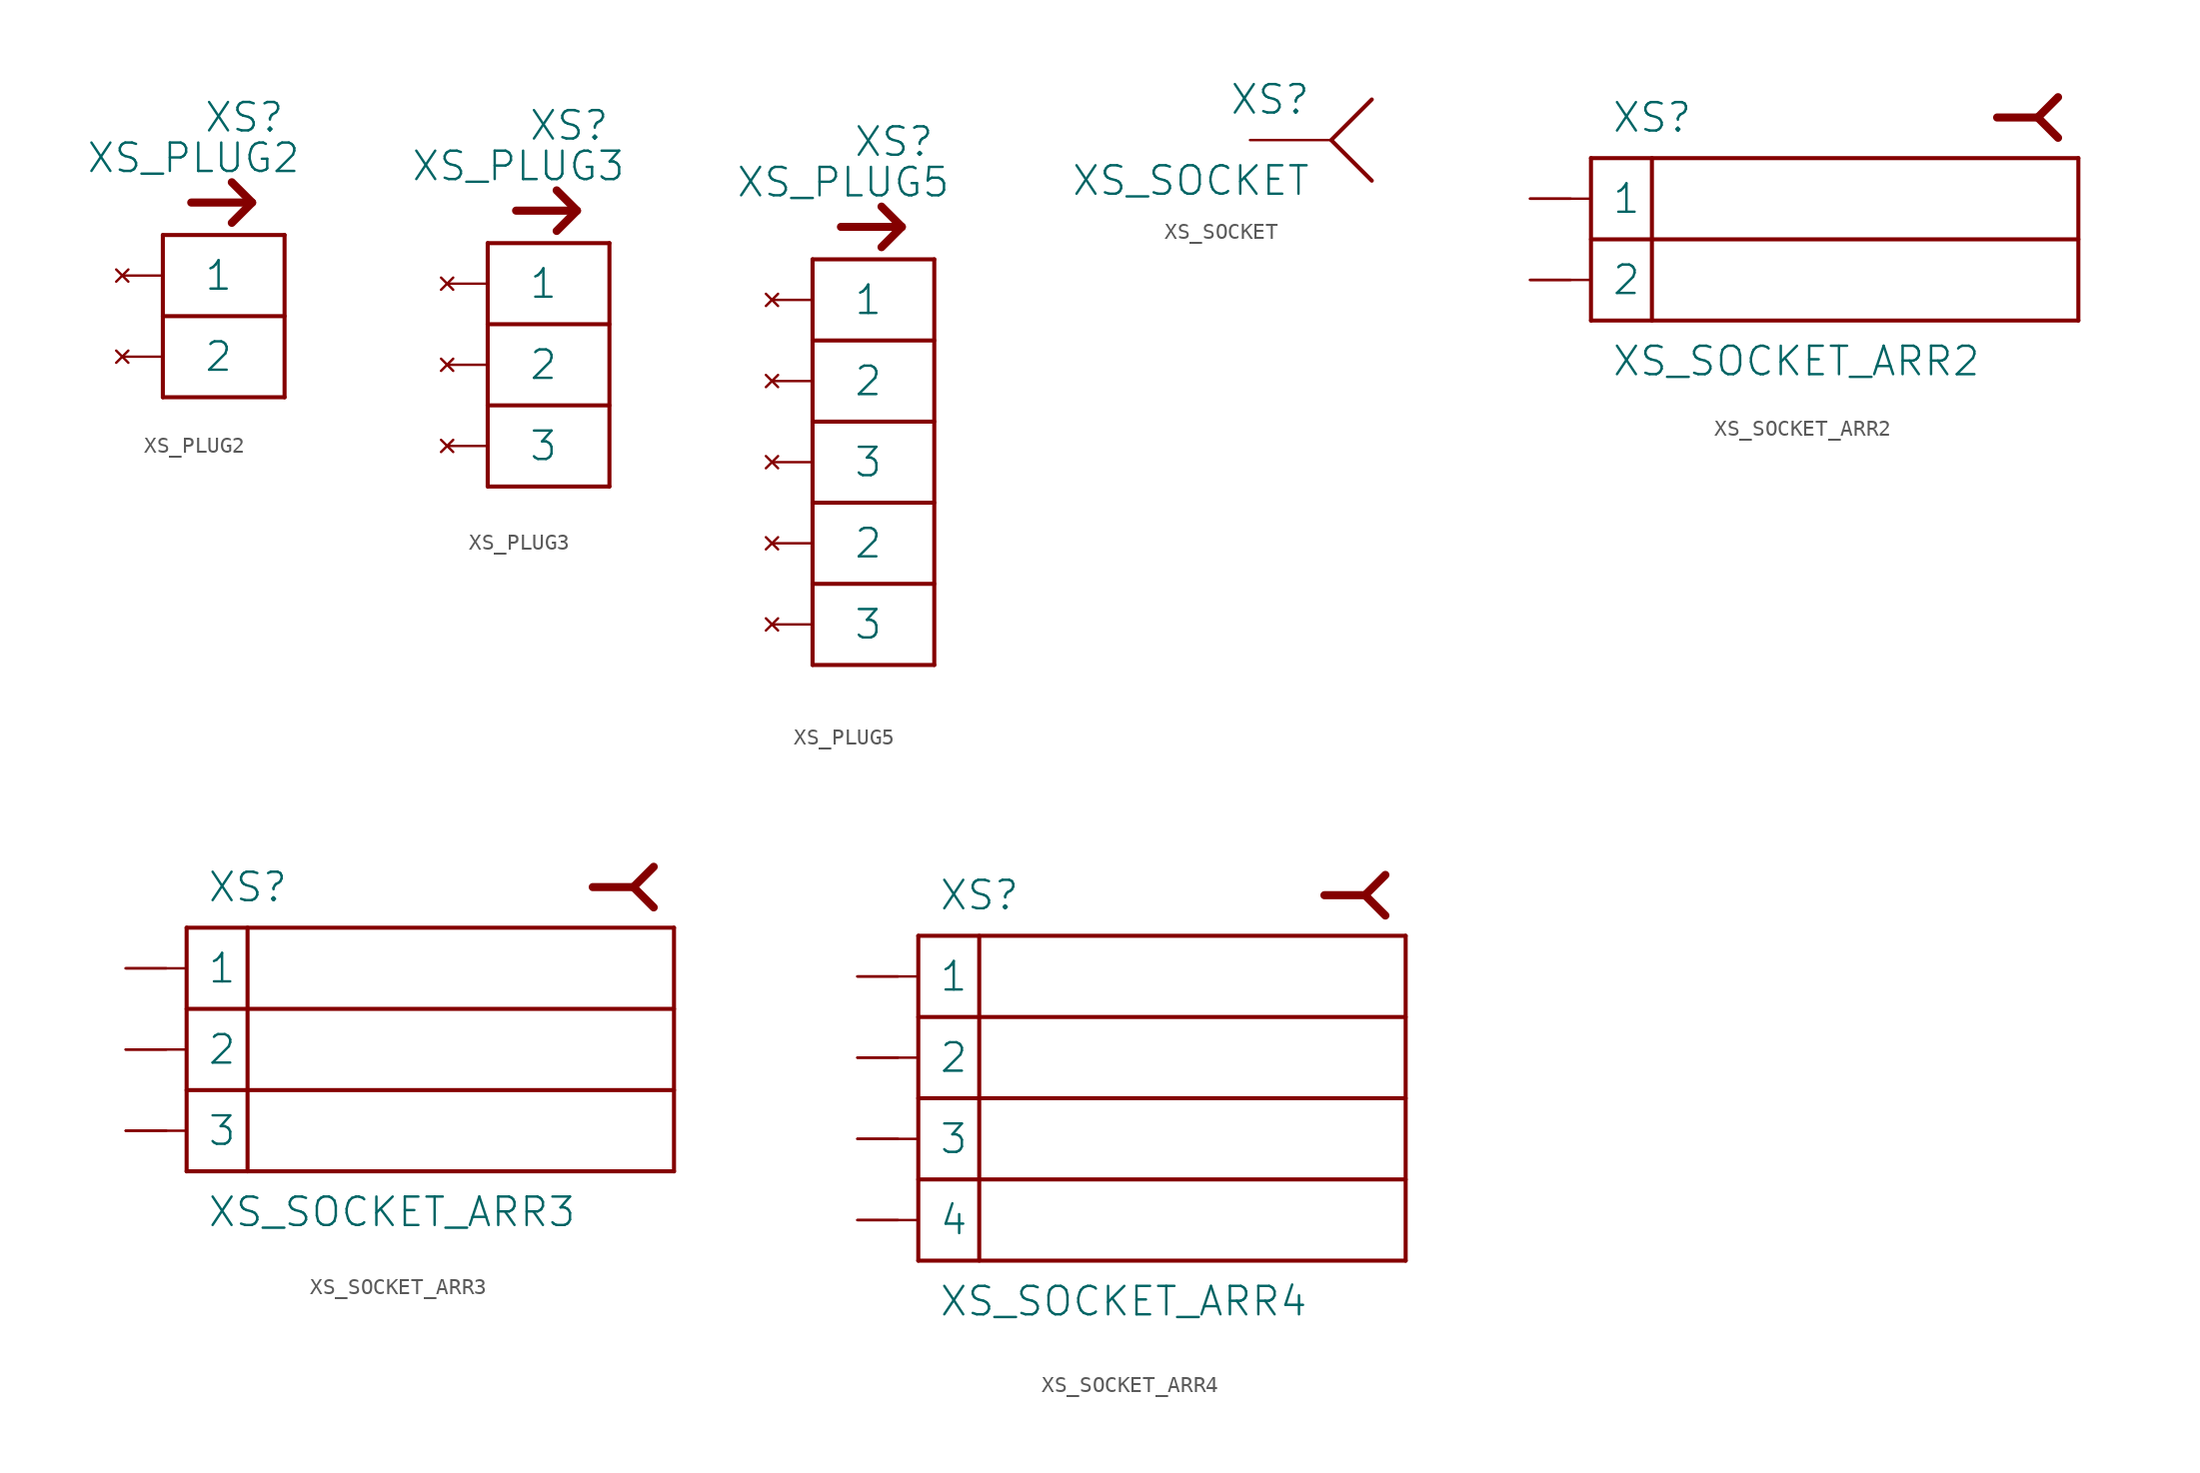
<source format=kicad_sym>
(kicad_symbol_lib
  (version 20211014)
  (generator kicad_symbol_editor)
  (symbol "XS_PLUG2"
    (pin_numbers hide)
    (pin_names
      (offset 2.54))
    (property "Reference" "XS"
      (at -2.54 12.446 0)
      (effects (font (size 1.778 1.778)) (justify left)))
    (property "Value" "XS_PLUG2"
      (at -9.906 9.906 0)
      (effects (font (size 1.778 1.778)) (justify left)))
    (symbol "XS_PLUG2_0_0"
      (polyline (pts (xy -0.762 8.382) (xy 0.508 7.112) (xy -0.762 5.842)) (stroke (width 0.508) (type default) (color 0 0 0 0)) (fill (type none))))
    (symbol "XS_PLUG2_0_1"
      (polyline (pts (xy -5.08 5.08) (xy -5.08 -5.08)) (stroke (width 0.254) (type default) (color 0 0 0 0)) (fill (type none)))
      (polyline (pts (xy -5.08 5.08) (xy 2.54 5.08)) (stroke (width 0.254) (type default) (color 0 0 0 0)) (fill (type none)))
      (polyline (pts (xy 0.508 7.112) (xy -3.302 7.112)) (stroke (width 0.508) (type default) (color 0 0 0 0)) (fill (type none)))
      (polyline (pts (xy 2.54 -5.08) (xy -5.08 -5.08)) (stroke (width 0.254) (type default) (color 0 0 0 0)) (fill (type none)))
      (polyline (pts (xy 2.54 0) (xy -5.08 0)) (stroke (width 0.254) (type default) (color 0 0 0 0)) (fill (type none)))
      (polyline (pts (xy 2.54 5.08) (xy 2.54 -5.08)) (stroke (width 0.254) (type default) (color 0 0 0 0)) (fill (type none))))
    (symbol "XS_PLUG2_1_1"
      (pin no_connect line (at -7.62 2.54 0) (length 2.54) (name "1" (effects (font (size 1.778 1.778)))) (number "1" (effects (font (size 1.27 1.27)))))
      (pin no_connect line (at -7.62 -2.54 0) (length 2.54) (name "2" (effects (font (size 1.778 1.778)))) (number "2" (effects (font (size 1.27 1.27)))))))
  (symbol "XS_PLUG3"
    (pin_numbers hide)
    (pin_names
      (offset 2.54))
    (property "Reference" "XS"
      (at -2.54 12.446 0)
      (effects (font (size 1.778 1.778)) (justify left)))
    (property "Value" "XS_PLUG3"
      (at -9.906 9.906 0)
      (effects (font (size 1.778 1.778)) (justify left)))
    (symbol "XS_PLUG3_0_0"
      (polyline (pts (xy -0.762 8.382) (xy 0.508 7.112) (xy -0.762 5.842)) (stroke (width 0.508) (type default) (color 0 0 0 0)) (fill (type none))))
    (symbol "XS_PLUG3_0_1"
      (polyline (pts (xy -5.08 5.08) (xy -5.08 -10.16)) (stroke (width 0.254) (type default) (color 0 0 0 0)) (fill (type none)))
      (polyline (pts (xy -5.08 5.08) (xy 2.54 5.08)) (stroke (width 0.254) (type default) (color 0 0 0 0)) (fill (type none)))
      (polyline (pts (xy 0.508 7.112) (xy -3.302 7.112)) (stroke (width 0.508) (type default) (color 0 0 0 0)) (fill (type none)))
      (polyline (pts (xy 2.54 -10.16) (xy -5.08 -10.16)) (stroke (width 0.254) (type default) (color 0 0 0 0)) (fill (type none)))
      (polyline (pts (xy 2.54 -5.08) (xy -5.08 -5.08)) (stroke (width 0.254) (type default) (color 0 0 0 0)) (fill (type none)))
      (polyline (pts (xy 2.54 0) (xy -5.08 0)) (stroke (width 0.254) (type default) (color 0 0 0 0)) (fill (type none)))
      (polyline (pts (xy 2.54 5.08) (xy 2.54 -10.16)) (stroke (width 0.254) (type default) (color 0 0 0 0)) (fill (type none))))
    (symbol "XS_PLUG3_1_1"
      (pin no_connect line (at -7.62 2.54 0) (length 2.54) (name "1" (effects (font (size 1.778 1.778)))) (number "1" (effects (font (size 1.27 1.27)))))
      (pin no_connect line (at -7.62 -2.54 0) (length 2.54) (name "2" (effects (font (size 1.778 1.778)))) (number "2" (effects (font (size 1.27 1.27)))))
      (pin no_connect line (at -7.62 -7.62 0) (length 2.54) (name "3" (effects (font (size 1.778 1.778)))) (number "3" (effects (font (size 1.27 1.27)))))))
  (symbol "XS_PLUG5"
    (pin_numbers hide)
    (pin_names
      (offset 2.54))
    (property "Reference" "XS"
      (at -2.54 12.446 0)
      (effects (font (size 1.778 1.778)) (justify left)))
    (property "Value" "XS_PLUG5"
      (at -9.906 9.906 0)
      (effects (font (size 1.778 1.778)) (justify left)))
    (symbol "XS_PLUG5_0_0"
      (polyline (pts (xy -0.762 8.382) (xy 0.508 7.112) (xy -0.762 5.842)) (stroke (width 0.508) (type default) (color 0 0 0 0)) (fill (type none))))
    (symbol "XS_PLUG5_0_1"
      (polyline (pts (xy -5.08 5.08) (xy -5.08 -20.32)) (stroke (width 0.254) (type default) (color 0 0 0 0)) (fill (type none)))
      (polyline (pts (xy -5.08 5.08) (xy 2.54 5.08)) (stroke (width 0.254) (type default) (color 0 0 0 0)) (fill (type none)))
      (polyline (pts (xy 0.508 7.112) (xy -3.302 7.112)) (stroke (width 0.508) (type default) (color 0 0 0 0)) (fill (type none)))
      (polyline (pts (xy 2.54 -20.32) (xy -5.08 -20.32)) (stroke (width 0.254) (type default) (color 0 0 0 0)) (fill (type none)))
      (polyline (pts (xy 2.54 -15.24) (xy -5.08 -15.24)) (stroke (width 0.254) (type default) (color 0 0 0 0)) (fill (type none)))
      (polyline (pts (xy 2.54 -10.16) (xy -5.08 -10.16)) (stroke (width 0.254) (type default) (color 0 0 0 0)) (fill (type none)))
      (polyline (pts (xy 2.54 -5.08) (xy -5.08 -5.08)) (stroke (width 0.254) (type default) (color 0 0 0 0)) (fill (type none)))
      (polyline (pts (xy 2.54 0) (xy -5.08 0)) (stroke (width 0.254) (type default) (color 0 0 0 0)) (fill (type none)))
      (polyline (pts (xy 2.54 5.08) (xy 2.54 -20.32)) (stroke (width 0.254) (type default) (color 0 0 0 0)) (fill (type none))))
    (symbol "XS_PLUG5_1_1"
      (pin no_connect line (at -7.62 2.54 0) (length 2.54) (name "1" (effects (font (size 1.778 1.778)))) (number "1" (effects (font (size 1.27 1.27)))))
      (pin no_connect line (at -7.62 -12.7 0) (length 2.54) (name "2" (effects (font (size 1.778 1.778)))) (number "2" (effects (font (size 1.27 1.27)))))
      (pin no_connect line (at -7.62 -2.54 0) (length 2.54) (name "2" (effects (font (size 1.778 1.778)))) (number "2" (effects (font (size 1.27 1.27)))))
      (pin no_connect line (at -7.62 -17.78 0) (length 2.54) (name "3" (effects (font (size 1.778 1.778)))) (number "3" (effects (font (size 1.27 1.27)))))
      (pin no_connect line (at -7.62 -7.62 0) (length 2.54) (name "3" (effects (font (size 1.778 1.778)))) (number "3" (effects (font (size 1.27 1.27)))))))
  (symbol "XS_SOCKET"
    (pin_names
      (offset 0))
    (property "Reference" "XS"
      (at 3.81 2.54 0)
      (effects (font (size 1.778 1.778)) (justify right)))
    (property "Value" "XS_SOCKET"
      (at 3.81 -2.54 0)
      (effects (font (size 1.778 1.778)) (justify right)))
    (symbol "XS_SOCKET_0_0"
      (polyline (pts (xy 7.62 2.54) (xy 5.08 0) (xy 7.62 -2.54)) (stroke (width 0.254) (type default) (color 0 0 0 0)) (fill (type none))))
    (symbol "XS_SOCKET_0_1"
      (polyline (pts (xy 0 0) (xy 5.08 0)) (stroke (width 0) (type default) (color 0 0 0 0)) (fill (type none))))
    (symbol "XS_SOCKET_1_1"
      (pin passive line (at 0 0 0) (length 2.54) hide (name "~" (effects (font (size 1.27 1.27)))) (number "1" (effects (font (size 1.27 1.27)))))))
  (symbol "XS_SOCKET_ARR2"
    (pin_numbers hide)
    (pin_names
      (offset 2.54))
    (property "Reference" "XS"
      (at -12.7 7.62 0)
      (effects (font (size 1.778 1.778)) (justify left)))
    (property "Value" "XS_SOCKET_ARR2"
      (at -12.7 -7.62 0)
      (effects (font (size 1.778 1.778)) (justify left)))
    (symbol "XS_SOCKET_ARR2_0_1"
      (polyline (pts (xy -17.78 -2.54) (xy -13.97 -2.54)) (stroke (width 0) (type default) (color 0 0 0 0)) (fill (type none)))
      (polyline (pts (xy -17.78 2.54) (xy -13.97 2.54)) (stroke (width 0) (type default) (color 0 0 0 0)) (fill (type none)))
      (polyline (pts (xy -13.97 -5.08) (xy 16.51 -5.08)) (stroke (width 0.254) (type default) (color 0 0 0 0)) (fill (type none)))
      (polyline (pts (xy -13.97 0) (xy 16.51 0)) (stroke (width 0.254) (type default) (color 0 0 0 0)) (fill (type none)))
      (polyline (pts (xy -13.97 5.08) (xy -13.97 -5.08)) (stroke (width 0.254) (type default) (color 0 0 0 0)) (fill (type none)))
      (polyline (pts (xy -13.97 5.08) (xy 16.51 5.08)) (stroke (width 0.254) (type default) (color 0 0 0 0)) (fill (type none)))
      (polyline (pts (xy -10.16 5.08) (xy -10.16 -5.08)) (stroke (width 0.254) (type default) (color 0 0 0 0)) (fill (type none)))
      (polyline (pts (xy 13.97 7.62) (xy 11.43 7.62)) (stroke (width 0.508) (type default) (color 0 0 0 0)) (fill (type none)))
      (polyline (pts (xy 16.51 5.08) (xy 16.51 -5.08)) (stroke (width 0.254) (type default) (color 0 0 0 0)) (fill (type none)))
      (polyline (pts (xy 15.24 8.89) (xy 13.97 7.62) (xy 15.24 6.35)) (stroke (width 0.508) (type default) (color 0 0 0 0)) (fill (type none))))
    (symbol "XS_SOCKET_ARR2_1_1"
      (pin passive line (at -17.78 2.54 0) (length 2.54) (name "1" (effects (font (size 1.778 1.778)))) (number "1" (effects (font (size 1.27 1.27)))))
      (pin passive line (at -17.78 -2.54 0) (length 2.54) (name "2" (effects (font (size 1.778 1.778)))) (number "2" (effects (font (size 1.27 1.27)))))))
  (symbol "XS_SOCKET_ARR3"
    (pin_numbers hide)
    (pin_names
      (offset 2.54))
    (property "Reference" "XS"
      (at -12.7 10.16 0)
      (effects (font (size 1.778 1.778)) (justify left)))
    (property "Value" "XS_SOCKET_ARR3"
      (at -12.7 -10.16 0)
      (effects (font (size 1.778 1.778)) (justify left)))
    (symbol "XS_SOCKET_ARR3_0_1"
      (polyline (pts (xy -17.78 -5.08) (xy -13.97 -5.08)) (stroke (width 0) (type default) (color 0 0 0 0)) (fill (type none)))
      (polyline (pts (xy -17.78 0) (xy -13.97 0)) (stroke (width 0) (type default) (color 0 0 0 0)) (fill (type none)))
      (polyline (pts (xy -17.78 5.08) (xy -13.97 5.08)) (stroke (width 0) (type default) (color 0 0 0 0)) (fill (type none)))
      (polyline (pts (xy -13.97 -7.62) (xy 16.51 -7.62)) (stroke (width 0.254) (type default) (color 0 0 0 0)) (fill (type none)))
      (polyline (pts (xy -13.97 -2.54) (xy 16.51 -2.54)) (stroke (width 0.254) (type default) (color 0 0 0 0)) (fill (type none)))
      (polyline (pts (xy -13.97 2.54) (xy 16.51 2.54)) (stroke (width 0.254) (type default) (color 0 0 0 0)) (fill (type none)))
      (polyline (pts (xy -13.97 7.62) (xy -13.97 -7.62)) (stroke (width 0.254) (type default) (color 0 0 0 0)) (fill (type none)))
      (polyline (pts (xy -13.97 7.62) (xy 16.51 7.62)) (stroke (width 0.254) (type default) (color 0 0 0 0)) (fill (type none)))
      (polyline (pts (xy -10.16 7.62) (xy -10.16 -7.62)) (stroke (width 0.254) (type default) (color 0 0 0 0)) (fill (type none)))
      (polyline (pts (xy 13.97 10.16) (xy 11.43 10.16)) (stroke (width 0.508) (type default) (color 0 0 0 0)) (fill (type none)))
      (polyline (pts (xy 16.51 7.62) (xy 16.51 -7.62)) (stroke (width 0.254) (type default) (color 0 0 0 0)) (fill (type none)))
      (polyline (pts (xy 15.24 11.43) (xy 13.97 10.16) (xy 15.24 8.89)) (stroke (width 0.508) (type default) (color 0 0 0 0)) (fill (type none))))
    (symbol "XS_SOCKET_ARR3_1_1"
      (pin passive line (at -17.78 5.08 0) (length 2.54) (name "1" (effects (font (size 1.778 1.778)))) (number "1" (effects (font (size 1.27 1.27)))))
      (pin passive line (at -17.78 0 0) (length 2.54) (name "2" (effects (font (size 1.778 1.778)))) (number "2" (effects (font (size 1.27 1.27)))))
      (pin passive line (at -17.78 -5.08 0) (length 2.54) (name "3" (effects (font (size 1.778 1.778)))) (number "3" (effects (font (size 1.27 1.27)))))))
  (symbol "XS_SOCKET_ARR4"
    (pin_numbers hide)
    (pin_names
      (offset 2.54))
    (property "Reference" "XS"
      (at -12.7 12.7 0)
      (effects (font (size 1.778 1.778)) (justify left)))
    (property "Value" "XS_SOCKET_ARR4"
      (at -12.7 -12.7 0)
      (effects (font (size 1.778 1.778)) (justify left)))
    (symbol "XS_SOCKET_ARR4_0_1"
      (polyline (pts (xy -17.78 -7.62) (xy -13.97 -7.62)) (stroke (width 0) (type default) (color 0 0 0 0)) (fill (type none)))
      (polyline (pts (xy -17.78 -2.54) (xy -13.97 -2.54)) (stroke (width 0) (type default) (color 0 0 0 0)) (fill (type none)))
      (polyline (pts (xy -17.78 2.54) (xy -13.97 2.54)) (stroke (width 0) (type default) (color 0 0 0 0)) (fill (type none)))
      (polyline (pts (xy -17.78 7.62) (xy -13.97 7.62)) (stroke (width 0) (type default) (color 0 0 0 0)) (fill (type none)))
      (polyline (pts (xy -13.97 -10.16) (xy 16.51 -10.16)) (stroke (width 0.254) (type default) (color 0 0 0 0)) (fill (type none)))
      (polyline (pts (xy -13.97 -5.08) (xy 16.51 -5.08)) (stroke (width 0.254) (type default) (color 0 0 0 0)) (fill (type none)))
      (polyline (pts (xy -13.97 0) (xy 16.51 0)) (stroke (width 0.254) (type default) (color 0 0 0 0)) (fill (type none)))
      (polyline (pts (xy -13.97 5.08) (xy 16.51 5.08)) (stroke (width 0.254) (type default) (color 0 0 0 0)) (fill (type none)))
      (polyline (pts (xy -13.97 10.16) (xy -13.97 -10.16)) (stroke (width 0.254) (type default) (color 0 0 0 0)) (fill (type none)))
      (polyline (pts (xy -13.97 10.16) (xy 16.51 10.16)) (stroke (width 0.254) (type default) (color 0 0 0 0)) (fill (type none)))
      (polyline (pts (xy -10.16 10.16) (xy -10.16 -10.16)) (stroke (width 0.254) (type default) (color 0 0 0 0)) (fill (type none)))
      (polyline (pts (xy 13.97 12.7) (xy 11.43 12.7)) (stroke (width 0.508) (type default) (color 0 0 0 0)) (fill (type none)))
      (polyline (pts (xy 16.51 10.16) (xy 16.51 -10.16)) (stroke (width 0.254) (type default) (color 0 0 0 0)) (fill (type none)))
      (polyline (pts (xy 15.24 13.97) (xy 13.97 12.7) (xy 15.24 11.43)) (stroke (width 0.508) (type default) (color 0 0 0 0)) (fill (type none))))
    (symbol "XS_SOCKET_ARR4_1_1"
      (pin passive line (at -17.78 7.62 0) (length 2.54) (name "1" (effects (font (size 1.778 1.778)))) (number "1" (effects (font (size 1.27 1.27)))))
      (pin passive line (at -17.78 2.54 0) (length 2.54) (name "2" (effects (font (size 1.778 1.778)))) (number "2" (effects (font (size 1.27 1.27)))))
      (pin passive line (at -17.78 -2.54 0) (length 2.54) (name "3" (effects (font (size 1.778 1.778)))) (number "3" (effects (font (size 1.27 1.27)))))
      (pin passive line (at -17.78 -7.62 0) (length 2.54) (name "4" (effects (font (size 1.778 1.778)))) (number "4" (effects (font (size 1.27 1.27))))))))
</source>
